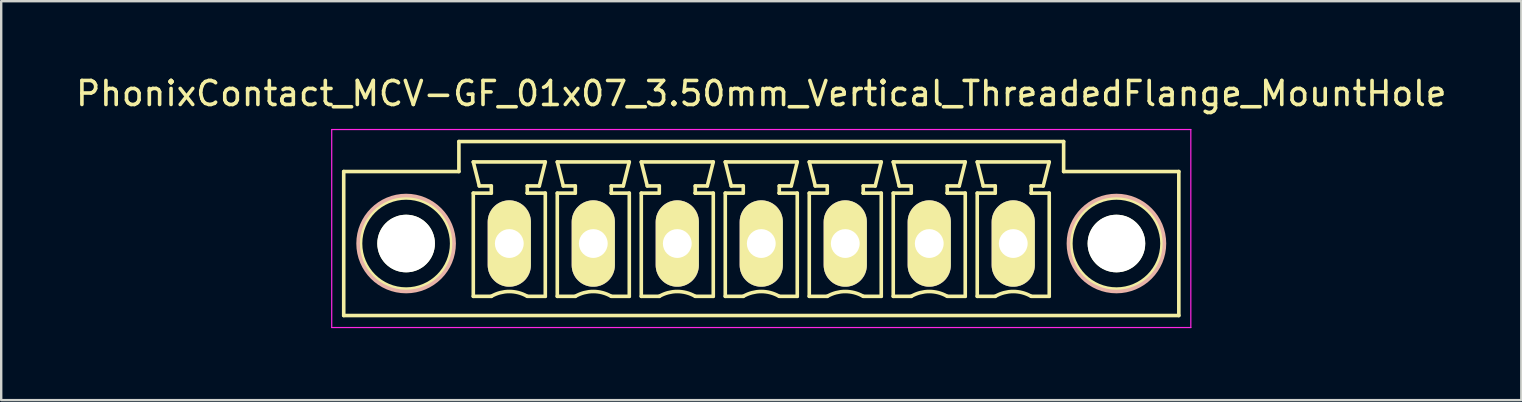
<source format=kicad_pcb>
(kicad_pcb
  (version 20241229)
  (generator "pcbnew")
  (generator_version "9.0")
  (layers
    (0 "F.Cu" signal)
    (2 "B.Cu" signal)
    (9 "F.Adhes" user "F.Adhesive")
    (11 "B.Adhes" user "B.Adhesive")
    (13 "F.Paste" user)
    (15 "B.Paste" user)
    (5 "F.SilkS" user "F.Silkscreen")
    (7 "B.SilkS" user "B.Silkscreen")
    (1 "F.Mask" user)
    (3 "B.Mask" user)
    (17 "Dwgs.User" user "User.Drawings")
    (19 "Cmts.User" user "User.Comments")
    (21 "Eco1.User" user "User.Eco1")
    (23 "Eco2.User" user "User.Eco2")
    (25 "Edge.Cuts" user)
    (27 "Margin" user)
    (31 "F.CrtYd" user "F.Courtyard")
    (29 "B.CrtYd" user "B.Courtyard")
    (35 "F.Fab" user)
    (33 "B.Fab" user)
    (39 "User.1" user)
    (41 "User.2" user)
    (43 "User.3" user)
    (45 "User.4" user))
  (footprint "PhonixContact_MCV-GF_01x07_3.50mm_Vertical_ThreadedFlange_MountHole"
    (layer "F.Cu")
    (at 18.173 7.098)
    (property "Reference" "PhonixContact_MCV-GF_01x07_3.50mm_Vertical_ThreadedFlange_MountHole" (at 10.5 -6.25 0) (layer "F.SilkS") (effects (font (size 1 1) (thickness 0.15))))
    (attr through_hole)
    (fp_line (start -6.9 -3) (end -6.9 3) (stroke (width 0.15) (type solid)) (layer "F.SilkS"))
    (fp_line (start -6.9 3) (end 27.9 3) (stroke (width 0.15) (type solid)) (layer "F.SilkS"))
    (fp_line (start -2.1 -4.25) (end -2.1 -3) (stroke (width 0.15) (type solid)) (layer "F.SilkS"))
    (fp_line (start -2.1 -3) (end -6.9 -3) (stroke (width 0.15) (type solid)) (layer "F.SilkS"))
    (fp_line (start -1.5 -3.4) (end 1.5 -3.4) (stroke (width 0.15) (type solid)) (layer "F.SilkS"))
    (fp_line (start -1.5 -2.1) (end -0.75 -2.1) (stroke (width 0.15) (type solid)) (layer "F.SilkS"))
    (fp_line (start -1.5 2.2) (end -1.5 -2.1) (stroke (width 0.15) (type solid)) (layer "F.SilkS"))
    (fp_line (start -1.25 -2.4) (end -1.5 -3.4) (stroke (width 0.15) (type solid)) (layer "F.SilkS"))
    (fp_line (start -0.75 -2.4) (end -1.25 -2.4) (stroke (width 0.15) (type solid)) (layer "F.SilkS"))
    (fp_line (start -0.75 -2.1) (end -0.75 -2.4) (stroke (width 0.15) (type solid)) (layer "F.SilkS"))
    (fp_line (start -0.75 2.2) (end -1.5 2.2) (stroke (width 0.15) (type solid)) (layer "F.SilkS"))
    (fp_line (start 0.75 -2.4) (end 0.75 -2.1) (stroke (width 0.15) (type solid)) (layer "F.SilkS"))
    (fp_line (start 0.75 -2.1) (end 0.75 -2.1) (stroke (width 0.15) (type solid)) (layer "F.SilkS"))
    (fp_line (start 0.75 -2.1) (end 1.5 -2.1) (stroke (width 0.15) (type solid)) (layer "F.SilkS"))
    (fp_line (start 1.25 -2.4) (end 0.75 -2.4) (stroke (width 0.15) (type solid)) (layer "F.SilkS"))
    (fp_line (start 1.5 -3.4) (end 1.25 -2.4) (stroke (width 0.15) (type solid)) (layer "F.SilkS"))
    (fp_line (start 1.5 -2.1) (end 1.5 2.2) (stroke (width 0.15) (type solid)) (layer "F.SilkS"))
    (fp_line (start 1.5 2.2) (end 0.75 2.2) (stroke (width 0.15) (type solid)) (layer "F.SilkS"))
    (fp_line (start 2 -3.4) (end 5 -3.4) (stroke (width 0.15) (type solid)) (layer "F.SilkS"))
    (fp_line (start 2 -2.1) (end 2.75 -2.1) (stroke (width 0.15) (type solid)) (layer "F.SilkS"))
    (fp_line (start 2 2.2) (end 2 -2.1) (stroke (width 0.15) (type solid)) (layer "F.SilkS"))
    (fp_line (start 2.25 -2.4) (end 2 -3.4) (stroke (width 0.15) (type solid)) (layer "F.SilkS"))
    (fp_line (start 2.75 -2.4) (end 2.25 -2.4) (stroke (width 0.15) (type solid)) (layer "F.SilkS"))
    (fp_line (start 2.75 -2.1) (end 2.75 -2.4) (stroke (width 0.15) (type solid)) (layer "F.SilkS"))
    (fp_line (start 2.75 2.2) (end 2 2.2) (stroke (width 0.15) (type solid)) (layer "F.SilkS"))
    (fp_line (start 4.25 -2.4) (end 4.25 -2.1) (stroke (width 0.15) (type solid)) (layer "F.SilkS"))
    (fp_line (start 4.25 -2.1) (end 4.25 -2.1) (stroke (width 0.15) (type solid)) (layer "F.SilkS"))
    (fp_line (start 4.25 -2.1) (end 5 -2.1) (stroke (width 0.15) (type solid)) (layer "F.SilkS"))
    (fp_line (start 4.75 -2.4) (end 4.25 -2.4) (stroke (width 0.15) (type solid)) (layer "F.SilkS"))
    (fp_line (start 5 -3.4) (end 4.75 -2.4) (stroke (width 0.15) (type solid)) (layer "F.SilkS"))
    (fp_line (start 5 -2.1) (end 5 2.2) (stroke (width 0.15) (type solid)) (layer "F.SilkS"))
    (fp_line (start 5 2.2) (end 4.25 2.2) (stroke (width 0.15) (type solid)) (layer "F.SilkS"))
    (fp_line (start 5.5 -3.4) (end 8.5 -3.4) (stroke (width 0.15) (type solid)) (layer "F.SilkS"))
    (fp_line (start 5.5 -2.1) (end 6.25 -2.1) (stroke (width 0.15) (type solid)) (layer "F.SilkS"))
    (fp_line (start 5.5 2.2) (end 5.5 -2.1) (stroke (width 0.15) (type solid)) (layer "F.SilkS"))
    (fp_line (start 5.75 -2.4) (end 5.5 -3.4) (stroke (width 0.15) (type solid)) (layer "F.SilkS"))
    (fp_line (start 6.25 -2.4) (end 5.75 -2.4) (stroke (width 0.15) (type solid)) (layer "F.SilkS"))
    (fp_line (start 6.25 -2.1) (end 6.25 -2.4) (stroke (width 0.15) (type solid)) (layer "F.SilkS"))
    (fp_line (start 6.25 2.2) (end 5.5 2.2) (stroke (width 0.15) (type solid)) (layer "F.SilkS"))
    (fp_line (start 7.75 -2.4) (end 7.75 -2.1) (stroke (width 0.15) (type solid)) (layer "F.SilkS"))
    (fp_line (start 7.75 -2.1) (end 7.75 -2.1) (stroke (width 0.15) (type solid)) (layer "F.SilkS"))
    (fp_line (start 7.75 -2.1) (end 8.5 -2.1) (stroke (width 0.15) (type solid)) (layer "F.SilkS"))
    (fp_line (start 8.25 -2.4) (end 7.75 -2.4) (stroke (width 0.15) (type solid)) (layer "F.SilkS"))
    (fp_line (start 8.5 -3.4) (end 8.25 -2.4) (stroke (width 0.15) (type solid)) (layer "F.SilkS"))
    (fp_line (start 8.5 -2.1) (end 8.5 2.2) (stroke (width 0.15) (type solid)) (layer "F.SilkS"))
    (fp_line (start 8.5 2.2) (end 7.75 2.2) (stroke (width 0.15) (type solid)) (layer "F.SilkS"))
    (fp_line (start 9 -3.4) (end 12 -3.4) (stroke (width 0.15) (type solid)) (layer "F.SilkS"))
    (fp_line (start 9 -2.1) (end 9.75 -2.1) (stroke (width 0.15) (type solid)) (layer "F.SilkS"))
    (fp_line (start 9 2.2) (end 9 -2.1) (stroke (width 0.15) (type solid)) (layer "F.SilkS"))
    (fp_line (start 9.25 -2.4) (end 9 -3.4) (stroke (width 0.15) (type solid)) (layer "F.SilkS"))
    (fp_line (start 9.75 -2.4) (end 9.25 -2.4) (stroke (width 0.15) (type solid)) (layer "F.SilkS"))
    (fp_line (start 9.75 -2.1) (end 9.75 -2.4) (stroke (width 0.15) (type solid)) (layer "F.SilkS"))
    (fp_line (start 9.75 2.2) (end 9 2.2) (stroke (width 0.15) (type solid)) (layer "F.SilkS"))
    (fp_line (start 11.25 -2.4) (end 11.25 -2.1) (stroke (width 0.15) (type solid)) (layer "F.SilkS"))
    (fp_line (start 11.25 -2.1) (end 11.25 -2.1) (stroke (width 0.15) (type solid)) (layer "F.SilkS"))
    (fp_line (start 11.25 -2.1) (end 12 -2.1) (stroke (width 0.15) (type solid)) (layer "F.SilkS"))
    (fp_line (start 11.75 -2.4) (end 11.25 -2.4) (stroke (width 0.15) (type solid)) (layer "F.SilkS"))
    (fp_line (start 12 -3.4) (end 11.75 -2.4) (stroke (width 0.15) (type solid)) (layer "F.SilkS"))
    (fp_line (start 12 -2.1) (end 12 2.2) (stroke (width 0.15) (type solid)) (layer "F.SilkS"))
    (fp_line (start 12 2.2) (end 11.25 2.2) (stroke (width 0.15) (type solid)) (layer "F.SilkS"))
    (fp_line (start 12.5 -3.4) (end 15.5 -3.4) (stroke (width 0.15) (type solid)) (layer "F.SilkS"))
    (fp_line (start 12.5 -2.1) (end 13.25 -2.1) (stroke (width 0.15) (type solid)) (layer "F.SilkS"))
    (fp_line (start 12.5 2.2) (end 12.5 -2.1) (stroke (width 0.15) (type solid)) (layer "F.SilkS"))
    (fp_line (start 12.75 -2.4) (end 12.5 -3.4) (stroke (width 0.15) (type solid)) (layer "F.SilkS"))
    (fp_line (start 13.25 -2.4) (end 12.75 -2.4) (stroke (width 0.15) (type solid)) (layer "F.SilkS"))
    (fp_line (start 13.25 -2.1) (end 13.25 -2.4) (stroke (width 0.15) (type solid)) (layer "F.SilkS"))
    (fp_line (start 13.25 2.2) (end 12.5 2.2) (stroke (width 0.15) (type solid)) (layer "F.SilkS"))
    (fp_line (start 14.75 -2.4) (end 14.75 -2.1) (stroke (width 0.15) (type solid)) (layer "F.SilkS"))
    (fp_line (start 14.75 -2.1) (end 14.75 -2.1) (stroke (width 0.15) (type solid)) (layer "F.SilkS"))
    (fp_line (start 14.75 -2.1) (end 15.5 -2.1) (stroke (width 0.15) (type solid)) (layer "F.SilkS"))
    (fp_line (start 15.25 -2.4) (end 14.75 -2.4) (stroke (width 0.15) (type solid)) (layer "F.SilkS"))
    (fp_line (start 15.5 -3.4) (end 15.25 -2.4) (stroke (width 0.15) (type solid)) (layer "F.SilkS"))
    (fp_line (start 15.5 -2.1) (end 15.5 2.2) (stroke (width 0.15) (type solid)) (layer "F.SilkS"))
    (fp_line (start 15.5 2.2) (end 14.75 2.2) (stroke (width 0.15) (type solid)) (layer "F.SilkS"))
    (fp_line (start 16 -3.4) (end 19 -3.4) (stroke (width 0.15) (type solid)) (layer "F.SilkS"))
    (fp_line (start 16 -2.1) (end 16.75 -2.1) (stroke (width 0.15) (type solid)) (layer "F.SilkS"))
    (fp_line (start 16 2.2) (end 16 -2.1) (stroke (width 0.15) (type solid)) (layer "F.SilkS"))
    (fp_line (start 16.25 -2.4) (end 16 -3.4) (stroke (width 0.15) (type solid)) (layer "F.SilkS"))
    (fp_line (start 16.75 -2.4) (end 16.25 -2.4) (stroke (width 0.15) (type solid)) (layer "F.SilkS"))
    (fp_line (start 16.75 -2.1) (end 16.75 -2.4) (stroke (width 0.15) (type solid)) (layer "F.SilkS"))
    (fp_line (start 16.75 2.2) (end 16 2.2) (stroke (width 0.15) (type solid)) (layer "F.SilkS"))
    (fp_line (start 18.25 -2.4) (end 18.25 -2.1) (stroke (width 0.15) (type solid)) (layer "F.SilkS"))
    (fp_line (start 18.25 -2.1) (end 18.25 -2.1) (stroke (width 0.15) (type solid)) (layer "F.SilkS"))
    (fp_line (start 18.25 -2.1) (end 19 -2.1) (stroke (width 0.15) (type solid)) (layer "F.SilkS"))
    (fp_line (start 18.75 -2.4) (end 18.25 -2.4) (stroke (width 0.15) (type solid)) (layer "F.SilkS"))
    (fp_line (start 19 -3.4) (end 18.75 -2.4) (stroke (width 0.15) (type solid)) (layer "F.SilkS"))
    (fp_line (start 19 -2.1) (end 19 2.2) (stroke (width 0.15) (type solid)) (layer "F.SilkS"))
    (fp_line (start 19 2.2) (end 18.25 2.2) (stroke (width 0.15) (type solid)) (layer "F.SilkS"))
    (fp_line (start 19.5 -3.4) (end 22.5 -3.4) (stroke (width 0.15) (type solid)) (layer "F.SilkS"))
    (fp_line (start 19.5 -2.1) (end 20.25 -2.1) (stroke (width 0.15) (type solid)) (layer "F.SilkS"))
    (fp_line (start 19.5 2.2) (end 19.5 -2.1) (stroke (width 0.15) (type solid)) (layer "F.SilkS"))
    (fp_line (start 19.75 -2.4) (end 19.5 -3.4) (stroke (width 0.15) (type solid)) (layer "F.SilkS"))
    (fp_line (start 20.25 -2.4) (end 19.75 -2.4) (stroke (width 0.15) (type solid)) (layer "F.SilkS"))
    (fp_line (start 20.25 -2.1) (end 20.25 -2.4) (stroke (width 0.15) (type solid)) (layer "F.SilkS"))
    (fp_line (start 20.25 2.2) (end 19.5 2.2) (stroke (width 0.15) (type solid)) (layer "F.SilkS"))
    (fp_line (start 21.75 -2.4) (end 21.75 -2.1) (stroke (width 0.15) (type solid)) (layer "F.SilkS"))
    (fp_line (start 21.75 -2.1) (end 21.75 -2.1) (stroke (width 0.15) (type solid)) (layer "F.SilkS"))
    (fp_line (start 21.75 -2.1) (end 22.5 -2.1) (stroke (width 0.15) (type solid)) (layer "F.SilkS"))
    (fp_line (start 22.25 -2.4) (end 21.75 -2.4) (stroke (width 0.15) (type solid)) (layer "F.SilkS"))
    (fp_line (start 22.5 -3.4) (end 22.25 -2.4) (stroke (width 0.15) (type solid)) (layer "F.SilkS"))
    (fp_line (start 22.5 -2.1) (end 22.5 2.2) (stroke (width 0.15) (type solid)) (layer "F.SilkS"))
    (fp_line (start 22.5 2.2) (end 21.75 2.2) (stroke (width 0.15) (type solid)) (layer "F.SilkS"))
    (fp_line (start 23.1 -4.25) (end -2.1 -4.25) (stroke (width 0.15) (type solid)) (layer "F.SilkS"))
    (fp_line (start 23.1 -3) (end 23.1 -4.25) (stroke (width 0.15) (type solid)) (layer "F.SilkS"))
    (fp_line (start 27.9 -3) (end 23.1 -3) (stroke (width 0.15) (type solid)) (layer "F.SilkS"))
    (fp_line (start 27.9 3) (end 27.9 -3) (stroke (width 0.15) (type solid)) (layer "F.SilkS"))
    (fp_arc (start -0.75 2.2) (mid -0.006068 1.999179) (end 0.739464 2.193978) (stroke (width 0.15) (type solid)) (layer "F.SilkS"))
    (fp_arc (start 2.75 2.2) (mid 3.493932 1.999179) (end 4.239464 2.193978) (stroke (width 0.15) (type solid)) (layer "F.SilkS"))
    (fp_arc (start 6.25 2.2) (mid 6.993932 1.999179) (end 7.739464 2.193978) (stroke (width 0.15) (type solid)) (layer "F.SilkS"))
    (fp_arc (start 9.75 2.2) (mid 10.493932 1.999179) (end 11.239464 2.193978) (stroke (width 0.15) (type solid)) (layer "F.SilkS"))
    (fp_arc (start 13.25 2.2) (mid 13.993932 1.999179) (end 14.739464 2.193978) (stroke (width 0.15) (type solid)) (layer "F.SilkS"))
    (fp_arc (start 16.75 2.2) (mid 17.493932 1.999179) (end 18.239464 2.193978) (stroke (width 0.15) (type solid)) (layer "F.SilkS"))
    (fp_arc (start 20.25 2.2) (mid 20.993932 1.999179) (end 21.739464 2.193978) (stroke (width 0.15) (type solid)) (layer "F.SilkS"))
    (fp_circle (center -4.3 0) (end -2.4 0) (stroke (width 0.15) (type solid)) (fill no) (layer "F.SilkS"))
    (fp_circle (center 25.3 0) (end 27.2 0) (stroke (width 0.15) (type solid)) (fill no) (layer "F.SilkS"))
    (fp_circle (center -4.3 0) (end -2.3 0) (stroke (width 0.15) (type solid)) (fill no) (layer "B.SilkS"))
    (fp_circle (center 25.3 0) (end 27.3 0) (stroke (width 0.15) (type solid)) (fill no) (layer "B.SilkS"))
    (fp_line (start -7.4 -4.75) (end -7.4 3.5) (stroke (width 0.05) (type solid)) (layer "F.CrtYd"))
    (fp_line (start -7.4 3.5) (end 28.4 3.5) (stroke (width 0.05) (type solid)) (layer "F.CrtYd"))
    (fp_line (start 28.4 -4.75) (end -7.4 -4.75) (stroke (width 0.05) (type solid)) (layer "F.CrtYd"))
    (fp_line (start 28.4 3.5) (end 28.4 -4.75) (stroke (width 0.05) (type solid)) (layer "F.CrtYd"))
    (pad "" np_thru_hole circle (at -4.3 0) (size 2.4 2.4) (drill 2.4) (layers "*.Cu" "*.Mask" "F.SilkS"))
    (pad "" np_thru_hole circle (at 25.3 0) (size 2.4 2.4) (drill 2.4) (layers "*.Cu" "*.Mask" "F.SilkS"))
    (pad "1" thru_hole oval (at 0 0) (size 1.8 3.6) (drill 1.2) (layers "*.Cu" "*.Mask" "F.SilkS"))
    (pad "2" thru_hole oval (at 3.5 0) (size 1.8 3.6) (drill 1.2) (layers "*.Cu" "*.Mask" "F.SilkS"))
    (pad "3" thru_hole oval (at 7 0) (size 1.8 3.6) (drill 1.2) (layers "*.Cu" "*.Mask" "F.SilkS"))
    (pad "4" thru_hole oval (at 10.5 0) (size 1.8 3.6) (drill 1.2) (layers "*.Cu" "*.Mask" "F.SilkS"))
    (pad "5" thru_hole oval (at 14 0) (size 1.8 3.6) (drill 1.2) (layers "*.Cu" "*.Mask" "F.SilkS"))
    (pad "6" thru_hole oval (at 17.5 0) (size 1.8 3.6) (drill 1.2) (layers "*.Cu" "*.Mask" "F.SilkS"))
    (pad "7" thru_hole oval (at 21 0) (size 1.8 3.6) (drill 1.2) (layers "*.Cu" "*.Mask" "F.SilkS")))
  (gr_rect
    (start -3 -3)
    (end 60.345 13.623)
    (stroke (width 0.1) (type default))
    (fill no)
    (layer "Edge.Cuts")))
</source>
